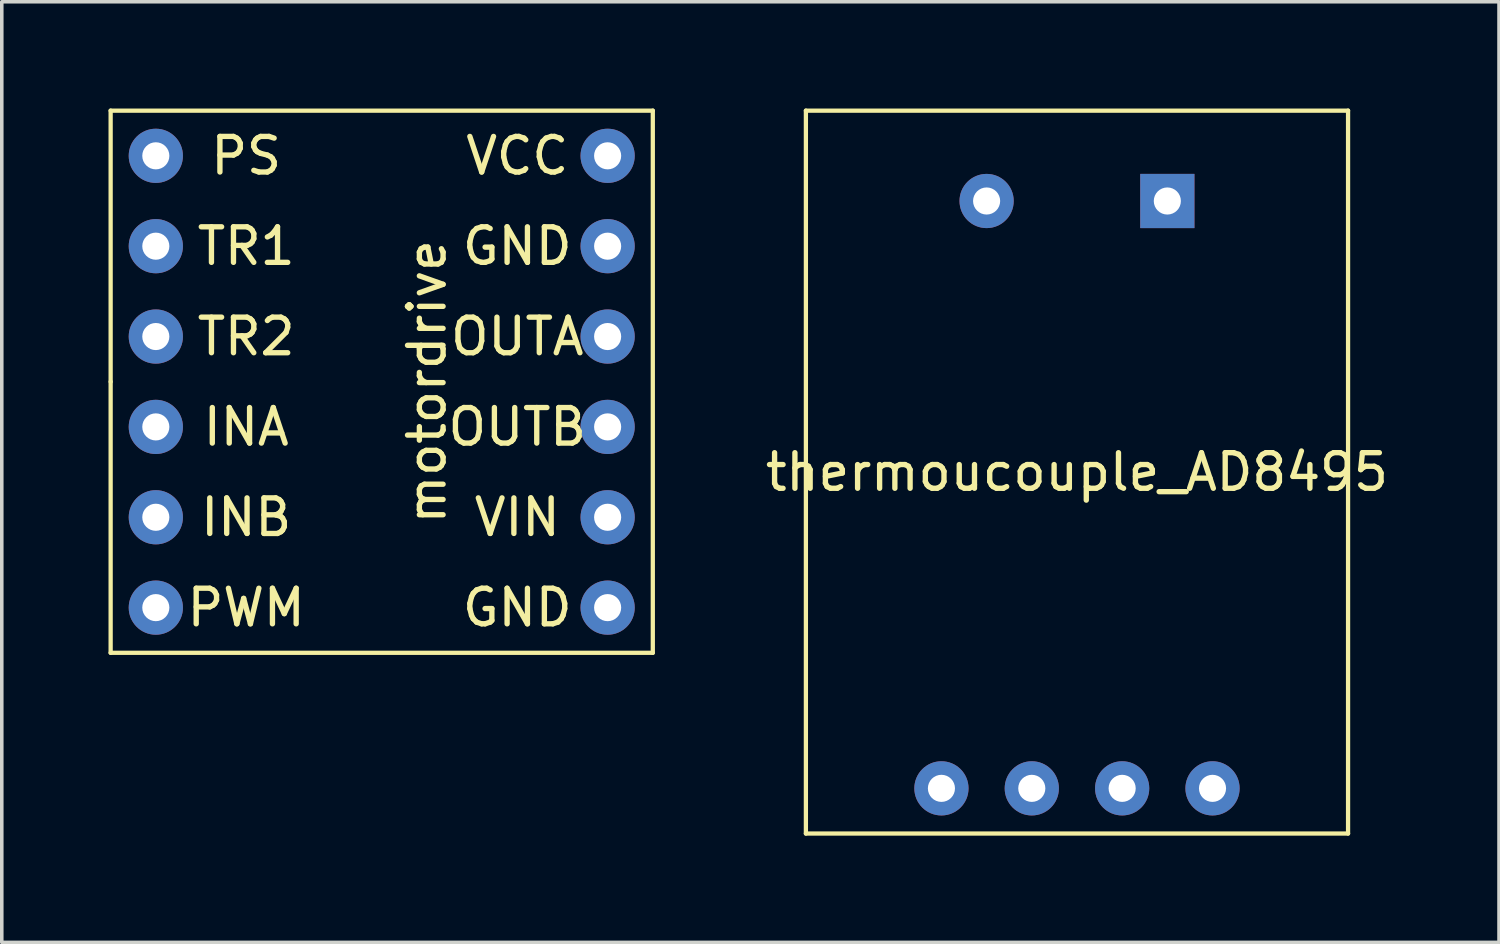
<source format=kicad_pcb>
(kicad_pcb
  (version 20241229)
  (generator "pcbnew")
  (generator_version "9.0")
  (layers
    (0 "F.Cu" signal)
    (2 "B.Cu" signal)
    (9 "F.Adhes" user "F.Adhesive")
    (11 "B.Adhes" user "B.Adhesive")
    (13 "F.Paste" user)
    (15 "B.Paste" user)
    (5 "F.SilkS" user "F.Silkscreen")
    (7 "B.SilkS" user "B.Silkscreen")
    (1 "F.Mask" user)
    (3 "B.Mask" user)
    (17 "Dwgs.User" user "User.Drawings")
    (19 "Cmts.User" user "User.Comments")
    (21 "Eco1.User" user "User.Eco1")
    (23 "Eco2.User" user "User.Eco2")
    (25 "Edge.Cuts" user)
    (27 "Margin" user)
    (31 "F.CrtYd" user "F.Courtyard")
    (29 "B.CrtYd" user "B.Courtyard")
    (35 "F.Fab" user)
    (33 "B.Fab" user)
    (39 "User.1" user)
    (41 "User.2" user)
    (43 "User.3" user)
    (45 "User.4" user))
  (footprint "thermoucouple_AD8495"
    (layer "F.Cu")
    (at 27.223 10.22)
    (property "Reference" "thermoucouple_AD8495" (at 0 0 0) (layer "F.SilkS") (effects (font (size 1 1) (thickness 0.15))))
    (attr through_hole)
    (fp_line (start -7.62 -10.16) (end -7.62 10.16) (stroke (width 0.12) (type solid)) (layer "F.SilkS"))
    (fp_line (start -7.62 10.16) (end 7.62 10.16) (stroke (width 0.12) (type solid)) (layer "F.SilkS"))
    (fp_line (start 7.62 -10.16) (end -7.62 -10.16) (stroke (width 0.12) (type solid)) (layer "F.SilkS"))
    (fp_line (start 7.62 10.16) (end 7.62 -10.16) (stroke (width 0.12) (type solid)) (layer "F.SilkS"))
    (pad "1" thru_hole circle (at -3.81 8.89) (size 1.524 1.524) (drill 0.762) (layers "*.Cu" "*.Mask"))
    (pad "2" thru_hole circle (at -1.27 8.89) (size 1.524 1.524) (drill 0.762) (layers "*.Cu" "*.Mask"))
    (pad "3" thru_hole circle (at 1.27 8.89) (size 1.524 1.524) (drill 0.762) (layers "*.Cu" "*.Mask"))
    (pad "4" thru_hole circle (at 3.81 8.89) (size 1.524 1.524) (drill 0.762) (layers "*.Cu" "*.Mask"))
    (pad "5" thru_hole circle (at -2.54 -7.62) (size 1.524 1.524) (drill 0.762) (layers "*.Cu" "*.Mask"))
    (pad "6" thru_hole rect (at 2.54 -7.62) (size 1.524 1.524) (drill 0.762) (layers "*.Cu" "*.Mask")))
  (footprint "motordrive"
    (layer "F.Cu")
    (at 7.68 7.68)
    (property "Reference" "motordrive" (at 1.27 0 90) (layer "F.SilkS") (effects (font (size 1 1) (thickness 0.15))))
    (attr through_hole)
    (fp_line (start -7.62 -7.62) (end 7.62 -7.62) (stroke (width 0.12) (type solid)) (layer "F.SilkS"))
    (fp_line (start -7.62 0) (end -7.62 -7.62) (stroke (width 0.12) (type solid)) (layer "F.SilkS"))
    (fp_line (start -7.62 7.62) (end -7.62 0) (stroke (width 0.12) (type solid)) (layer "F.SilkS"))
    (fp_line (start 7.62 -7.62) (end 7.62 7.62) (stroke (width 0.12) (type solid)) (layer "F.SilkS"))
    (fp_line (start 7.62 7.62) (end -7.62 7.62) (stroke (width 0.12) (type solid)) (layer "F.SilkS"))
    (fp_text user "OUTB" (at 3.81 1.27 0) (layer "F.SilkS") (effects (font (size 1 1) (thickness 0.15))))
    (fp_text user "GND" (at 3.81 -3.81 0) (layer "F.SilkS") (effects (font (size 1 1) (thickness 0.15))))
    (fp_text user "VIN" (at 3.81 3.81 0) (layer "F.SilkS") (effects (font (size 1 1) (thickness 0.15))))
    (fp_text user "OUTA" (at 3.81 -1.27 0) (layer "F.SilkS") (effects (font (size 1 1) (thickness 0.15))))
    (fp_text user "PS" (at -3.81 -6.35 0) (layer "F.SilkS") (effects (font (size 1 1) (thickness 0.15))))
    (fp_text user "INB" (at -3.81 3.81 0) (layer "F.SilkS") (effects (font (size 1 1) (thickness 0.15))))
    (fp_text user "GND" (at 3.81 6.35 0) (layer "F.SilkS") (effects (font (size 1 1) (thickness 0.15))))
    (fp_text user "TR1" (at -3.81 -3.81 0) (layer "F.SilkS") (effects (font (size 1 1) (thickness 0.15))))
    (fp_text user "PWM" (at -3.81 6.35 0) (layer "F.SilkS") (effects (font (size 1 1) (thickness 0.15))))
    (fp_text user "VCC" (at 3.81 -6.35 0) (layer "F.SilkS") (effects (font (size 1 1) (thickness 0.15))))
    (fp_text user "TR2" (at -3.81 -1.27 0) (layer "F.SilkS") (effects (font (size 1 1) (thickness 0.15))))
    (fp_text user "INA" (at -3.81 1.27 0) (layer "F.SilkS") (effects (font (size 1 1) (thickness 0.15))))
    (pad "1" thru_hole circle (at -6.35 6.35) (size 1.524 1.524) (drill 0.762) (layers "*.Cu" "*.Mask"))
    (pad "2" thru_hole circle (at -6.35 3.81) (size 1.524 1.524) (drill 0.762) (layers "*.Cu" "*.Mask"))
    (pad "3" thru_hole circle (at -6.35 1.27) (size 1.524 1.524) (drill 0.762) (layers "*.Cu" "*.Mask"))
    (pad "4" thru_hole circle (at -6.35 -1.27) (size 1.524 1.524) (drill 0.762) (layers "*.Cu" "*.Mask"))
    (pad "5" thru_hole circle (at -6.35 -3.81) (size 1.524 1.524) (drill 0.762) (layers "*.Cu" "*.Mask"))
    (pad "6" thru_hole circle (at -6.35 -6.35) (size 1.524 1.524) (drill 0.762) (layers "*.Cu" "*.Mask"))
    (pad "7" thru_hole circle (at 6.35 6.35) (size 1.524 1.524) (drill 0.762) (layers "*.Cu" "*.Mask"))
    (pad "8" thru_hole circle (at 6.35 3.81) (size 1.524 1.524) (drill 0.762) (layers "*.Cu" "*.Mask"))
    (pad "9" thru_hole circle (at 6.35 1.27) (size 1.524 1.524) (drill 0.762) (layers "*.Cu" "*.Mask"))
    (pad "10" thru_hole circle (at 6.35 -1.27) (size 1.524 1.524) (drill 0.762) (layers "*.Cu" "*.Mask"))
    (pad "11" thru_hole circle (at 6.35 -3.81) (size 1.524 1.524) (drill 0.762) (layers "*.Cu" "*.Mask"))
    (pad "12" thru_hole circle (at 6.35 -6.35) (size 1.524 1.524) (drill 0.762) (layers "*.Cu" "*.Mask")))
  (gr_rect
    (start -3 -3)
    (end 39.086 23.44)
    (stroke (width 0.1) (type default))
    (fill no)
    (layer "Edge.Cuts")))
</source>
